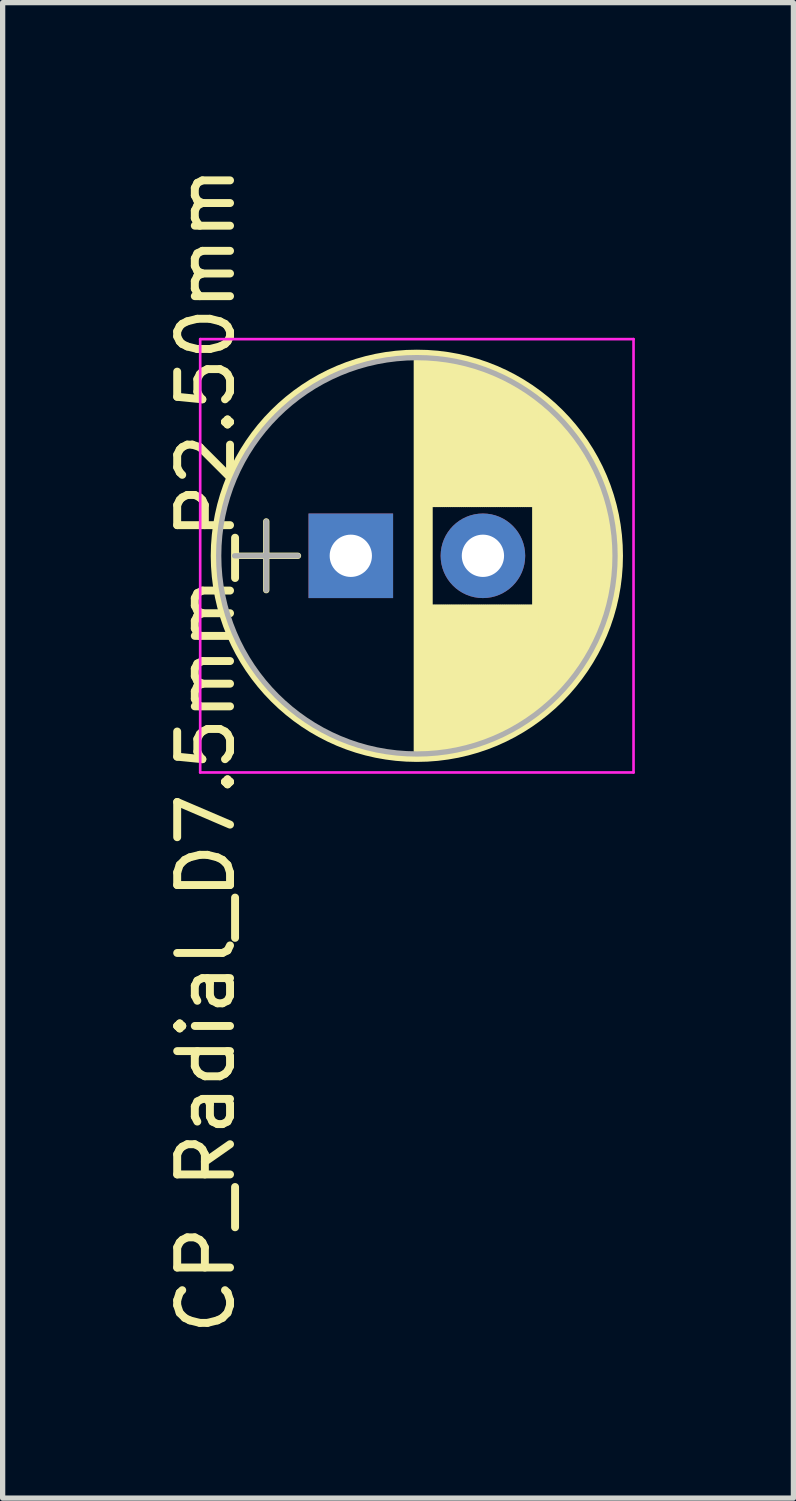
<source format=kicad_pcb>
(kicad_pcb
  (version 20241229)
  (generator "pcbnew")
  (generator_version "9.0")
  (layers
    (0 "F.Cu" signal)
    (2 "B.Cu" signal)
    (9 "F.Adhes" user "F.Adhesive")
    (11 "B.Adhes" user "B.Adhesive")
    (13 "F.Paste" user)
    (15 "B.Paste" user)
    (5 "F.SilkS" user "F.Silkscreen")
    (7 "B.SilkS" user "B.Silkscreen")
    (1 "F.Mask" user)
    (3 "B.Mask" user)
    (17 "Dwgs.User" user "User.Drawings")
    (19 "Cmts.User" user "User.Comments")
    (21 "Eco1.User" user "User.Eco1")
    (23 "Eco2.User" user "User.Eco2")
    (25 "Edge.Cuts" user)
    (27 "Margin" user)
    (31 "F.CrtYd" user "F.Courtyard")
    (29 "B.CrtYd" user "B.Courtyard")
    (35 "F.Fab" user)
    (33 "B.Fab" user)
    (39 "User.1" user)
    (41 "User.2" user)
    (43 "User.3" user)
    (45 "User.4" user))
  (footprint "CP_Radial_D7.5mm_P2.50mm"
    (layer "F.Cu")
    (at 3.588 7.467)
    (property "Reference" "CP_Radial_D7.5mm_P2.50mm" (at -2.74 3.682 90) (layer "F.SilkS") (effects (font (size 1 1) (thickness 0.15))))
    (attr through_hole)
    (fp_line (start -2.2 0) (end -1 0) (stroke (width 0.12) (type solid)) (layer "F.SilkS"))
    (fp_line (start -1.6 -0.65) (end -1.6 0.65) (stroke (width 0.12) (type solid)) (layer "F.SilkS"))
    (fp_line (start 1.25 -3.8) (end 1.25 3.8) (stroke (width 0.12) (type solid)) (layer "F.SilkS"))
    (fp_line (start 1.29 -3.8) (end 1.29 3.8) (stroke (width 0.12) (type solid)) (layer "F.SilkS"))
    (fp_line (start 1.33 -3.8) (end 1.33 3.8) (stroke (width 0.12) (type solid)) (layer "F.SilkS"))
    (fp_line (start 1.37 -3.799) (end 1.37 3.799) (stroke (width 0.12) (type solid)) (layer "F.SilkS"))
    (fp_line (start 1.41 -3.797) (end 1.41 3.797) (stroke (width 0.12) (type solid)) (layer "F.SilkS"))
    (fp_line (start 1.45 -3.795) (end 1.45 3.795) (stroke (width 0.12) (type solid)) (layer "F.SilkS"))
    (fp_line (start 1.49 -3.793) (end 1.49 3.793) (stroke (width 0.12) (type solid)) (layer "F.SilkS"))
    (fp_line (start 1.53 -3.79) (end 1.53 -0.98) (stroke (width 0.12) (type solid)) (layer "F.SilkS"))
    (fp_line (start 1.53 0.98) (end 1.53 3.79) (stroke (width 0.12) (type solid)) (layer "F.SilkS"))
    (fp_line (start 1.57 -3.787) (end 1.57 -0.98) (stroke (width 0.12) (type solid)) (layer "F.SilkS"))
    (fp_line (start 1.57 0.98) (end 1.57 3.787) (stroke (width 0.12) (type solid)) (layer "F.SilkS"))
    (fp_line (start 1.61 -3.784) (end 1.61 -0.98) (stroke (width 0.12) (type solid)) (layer "F.SilkS"))
    (fp_line (start 1.61 0.98) (end 1.61 3.784) (stroke (width 0.12) (type solid)) (layer "F.SilkS"))
    (fp_line (start 1.65 -3.78) (end 1.65 -0.98) (stroke (width 0.12) (type solid)) (layer "F.SilkS"))
    (fp_line (start 1.65 0.98) (end 1.65 3.78) (stroke (width 0.12) (type solid)) (layer "F.SilkS"))
    (fp_line (start 1.69 -3.775) (end 1.69 -0.98) (stroke (width 0.12) (type solid)) (layer "F.SilkS"))
    (fp_line (start 1.69 0.98) (end 1.69 3.775) (stroke (width 0.12) (type solid)) (layer "F.SilkS"))
    (fp_line (start 1.73 -3.77) (end 1.73 -0.98) (stroke (width 0.12) (type solid)) (layer "F.SilkS"))
    (fp_line (start 1.73 0.98) (end 1.73 3.77) (stroke (width 0.12) (type solid)) (layer "F.SilkS"))
    (fp_line (start 1.77 -3.765) (end 1.77 -0.98) (stroke (width 0.12) (type solid)) (layer "F.SilkS"))
    (fp_line (start 1.77 0.98) (end 1.77 3.765) (stroke (width 0.12) (type solid)) (layer "F.SilkS"))
    (fp_line (start 1.81 -3.759) (end 1.81 -0.98) (stroke (width 0.12) (type solid)) (layer "F.SilkS"))
    (fp_line (start 1.81 0.98) (end 1.81 3.759) (stroke (width 0.12) (type solid)) (layer "F.SilkS"))
    (fp_line (start 1.85 -3.753) (end 1.85 -0.98) (stroke (width 0.12) (type solid)) (layer "F.SilkS"))
    (fp_line (start 1.85 0.98) (end 1.85 3.753) (stroke (width 0.12) (type solid)) (layer "F.SilkS"))
    (fp_line (start 1.89 -3.747) (end 1.89 -0.98) (stroke (width 0.12) (type solid)) (layer "F.SilkS"))
    (fp_line (start 1.89 0.98) (end 1.89 3.747) (stroke (width 0.12) (type solid)) (layer "F.SilkS"))
    (fp_line (start 1.93 -3.74) (end 1.93 -0.98) (stroke (width 0.12) (type solid)) (layer "F.SilkS"))
    (fp_line (start 1.93 0.98) (end 1.93 3.74) (stroke (width 0.12) (type solid)) (layer "F.SilkS"))
    (fp_line (start 1.971 -3.732) (end 1.971 -0.98) (stroke (width 0.12) (type solid)) (layer "F.SilkS"))
    (fp_line (start 1.971 0.98) (end 1.971 3.732) (stroke (width 0.12) (type solid)) (layer "F.SilkS"))
    (fp_line (start 2.011 -3.725) (end 2.011 -0.98) (stroke (width 0.12) (type solid)) (layer "F.SilkS"))
    (fp_line (start 2.011 0.98) (end 2.011 3.725) (stroke (width 0.12) (type solid)) (layer "F.SilkS"))
    (fp_line (start 2.051 -3.716) (end 2.051 -0.98) (stroke (width 0.12) (type solid)) (layer "F.SilkS"))
    (fp_line (start 2.051 0.98) (end 2.051 3.716) (stroke (width 0.12) (type solid)) (layer "F.SilkS"))
    (fp_line (start 2.091 -3.707) (end 2.091 -0.98) (stroke (width 0.12) (type solid)) (layer "F.SilkS"))
    (fp_line (start 2.091 0.98) (end 2.091 3.707) (stroke (width 0.12) (type solid)) (layer "F.SilkS"))
    (fp_line (start 2.131 -3.698) (end 2.131 -0.98) (stroke (width 0.12) (type solid)) (layer "F.SilkS"))
    (fp_line (start 2.131 0.98) (end 2.131 3.698) (stroke (width 0.12) (type solid)) (layer "F.SilkS"))
    (fp_line (start 2.171 -3.689) (end 2.171 -0.98) (stroke (width 0.12) (type solid)) (layer "F.SilkS"))
    (fp_line (start 2.171 0.98) (end 2.171 3.689) (stroke (width 0.12) (type solid)) (layer "F.SilkS"))
    (fp_line (start 2.211 -3.679) (end 2.211 -0.98) (stroke (width 0.12) (type solid)) (layer "F.SilkS"))
    (fp_line (start 2.211 0.98) (end 2.211 3.679) (stroke (width 0.12) (type solid)) (layer "F.SilkS"))
    (fp_line (start 2.251 -3.668) (end 2.251 -0.98) (stroke (width 0.12) (type solid)) (layer "F.SilkS"))
    (fp_line (start 2.251 0.98) (end 2.251 3.668) (stroke (width 0.12) (type solid)) (layer "F.SilkS"))
    (fp_line (start 2.291 -3.657) (end 2.291 -0.98) (stroke (width 0.12) (type solid)) (layer "F.SilkS"))
    (fp_line (start 2.291 0.98) (end 2.291 3.657) (stroke (width 0.12) (type solid)) (layer "F.SilkS"))
    (fp_line (start 2.331 -3.645) (end 2.331 -0.98) (stroke (width 0.12) (type solid)) (layer "F.SilkS"))
    (fp_line (start 2.331 0.98) (end 2.331 3.645) (stroke (width 0.12) (type solid)) (layer "F.SilkS"))
    (fp_line (start 2.371 -3.634) (end 2.371 -0.98) (stroke (width 0.12) (type solid)) (layer "F.SilkS"))
    (fp_line (start 2.371 0.98) (end 2.371 3.634) (stroke (width 0.12) (type solid)) (layer "F.SilkS"))
    (fp_line (start 2.411 -3.621) (end 2.411 -0.98) (stroke (width 0.12) (type solid)) (layer "F.SilkS"))
    (fp_line (start 2.411 0.98) (end 2.411 3.621) (stroke (width 0.12) (type solid)) (layer "F.SilkS"))
    (fp_line (start 2.451 -3.608) (end 2.451 -0.98) (stroke (width 0.12) (type solid)) (layer "F.SilkS"))
    (fp_line (start 2.451 0.98) (end 2.451 3.608) (stroke (width 0.12) (type solid)) (layer "F.SilkS"))
    (fp_line (start 2.491 -3.595) (end 2.491 -0.98) (stroke (width 0.12) (type solid)) (layer "F.SilkS"))
    (fp_line (start 2.491 0.98) (end 2.491 3.595) (stroke (width 0.12) (type solid)) (layer "F.SilkS"))
    (fp_line (start 2.531 -3.581) (end 2.531 -0.98) (stroke (width 0.12) (type solid)) (layer "F.SilkS"))
    (fp_line (start 2.531 0.98) (end 2.531 3.581) (stroke (width 0.12) (type solid)) (layer "F.SilkS"))
    (fp_line (start 2.571 -3.566) (end 2.571 -0.98) (stroke (width 0.12) (type solid)) (layer "F.SilkS"))
    (fp_line (start 2.571 0.98) (end 2.571 3.566) (stroke (width 0.12) (type solid)) (layer "F.SilkS"))
    (fp_line (start 2.611 -3.552) (end 2.611 -0.98) (stroke (width 0.12) (type solid)) (layer "F.SilkS"))
    (fp_line (start 2.611 0.98) (end 2.611 3.552) (stroke (width 0.12) (type solid)) (layer "F.SilkS"))
    (fp_line (start 2.651 -3.536) (end 2.651 -0.98) (stroke (width 0.12) (type solid)) (layer "F.SilkS"))
    (fp_line (start 2.651 0.98) (end 2.651 3.536) (stroke (width 0.12) (type solid)) (layer "F.SilkS"))
    (fp_line (start 2.691 -3.52) (end 2.691 -0.98) (stroke (width 0.12) (type solid)) (layer "F.SilkS"))
    (fp_line (start 2.691 0.98) (end 2.691 3.52) (stroke (width 0.12) (type solid)) (layer "F.SilkS"))
    (fp_line (start 2.731 -3.504) (end 2.731 -0.98) (stroke (width 0.12) (type solid)) (layer "F.SilkS"))
    (fp_line (start 2.731 0.98) (end 2.731 3.504) (stroke (width 0.12) (type solid)) (layer "F.SilkS"))
    (fp_line (start 2.771 -3.487) (end 2.771 -0.98) (stroke (width 0.12) (type solid)) (layer "F.SilkS"))
    (fp_line (start 2.771 0.98) (end 2.771 3.487) (stroke (width 0.12) (type solid)) (layer "F.SilkS"))
    (fp_line (start 2.811 -3.469) (end 2.811 -0.98) (stroke (width 0.12) (type solid)) (layer "F.SilkS"))
    (fp_line (start 2.811 0.98) (end 2.811 3.469) (stroke (width 0.12) (type solid)) (layer "F.SilkS"))
    (fp_line (start 2.851 -3.451) (end 2.851 -0.98) (stroke (width 0.12) (type solid)) (layer "F.SilkS"))
    (fp_line (start 2.851 0.98) (end 2.851 3.451) (stroke (width 0.12) (type solid)) (layer "F.SilkS"))
    (fp_line (start 2.891 -3.433) (end 2.891 -0.98) (stroke (width 0.12) (type solid)) (layer "F.SilkS"))
    (fp_line (start 2.891 0.98) (end 2.891 3.433) (stroke (width 0.12) (type solid)) (layer "F.SilkS"))
    (fp_line (start 2.931 -3.413) (end 2.931 -0.98) (stroke (width 0.12) (type solid)) (layer "F.SilkS"))
    (fp_line (start 2.931 0.98) (end 2.931 3.413) (stroke (width 0.12) (type solid)) (layer "F.SilkS"))
    (fp_line (start 2.971 -3.394) (end 2.971 -0.98) (stroke (width 0.12) (type solid)) (layer "F.SilkS"))
    (fp_line (start 2.971 0.98) (end 2.971 3.394) (stroke (width 0.12) (type solid)) (layer "F.SilkS"))
    (fp_line (start 3.011 -3.373) (end 3.011 -0.98) (stroke (width 0.12) (type solid)) (layer "F.SilkS"))
    (fp_line (start 3.011 0.98) (end 3.011 3.373) (stroke (width 0.12) (type solid)) (layer "F.SilkS"))
    (fp_line (start 3.051 -3.352) (end 3.051 -0.98) (stroke (width 0.12) (type solid)) (layer "F.SilkS"))
    (fp_line (start 3.051 0.98) (end 3.051 3.352) (stroke (width 0.12) (type solid)) (layer "F.SilkS"))
    (fp_line (start 3.091 -3.331) (end 3.091 -0.98) (stroke (width 0.12) (type solid)) (layer "F.SilkS"))
    (fp_line (start 3.091 0.98) (end 3.091 3.331) (stroke (width 0.12) (type solid)) (layer "F.SilkS"))
    (fp_line (start 3.131 -3.309) (end 3.131 -0.98) (stroke (width 0.12) (type solid)) (layer "F.SilkS"))
    (fp_line (start 3.131 0.98) (end 3.131 3.309) (stroke (width 0.12) (type solid)) (layer "F.SilkS"))
    (fp_line (start 3.171 -3.286) (end 3.171 -0.98) (stroke (width 0.12) (type solid)) (layer "F.SilkS"))
    (fp_line (start 3.171 0.98) (end 3.171 3.286) (stroke (width 0.12) (type solid)) (layer "F.SilkS"))
    (fp_line (start 3.211 -3.263) (end 3.211 -0.98) (stroke (width 0.12) (type solid)) (layer "F.SilkS"))
    (fp_line (start 3.211 0.98) (end 3.211 3.263) (stroke (width 0.12) (type solid)) (layer "F.SilkS"))
    (fp_line (start 3.251 -3.239) (end 3.251 -0.98) (stroke (width 0.12) (type solid)) (layer "F.SilkS"))
    (fp_line (start 3.251 0.98) (end 3.251 3.239) (stroke (width 0.12) (type solid)) (layer "F.SilkS"))
    (fp_line (start 3.291 -3.214) (end 3.291 -0.98) (stroke (width 0.12) (type solid)) (layer "F.SilkS"))
    (fp_line (start 3.291 0.98) (end 3.291 3.214) (stroke (width 0.12) (type solid)) (layer "F.SilkS"))
    (fp_line (start 3.331 -3.188) (end 3.331 -0.98) (stroke (width 0.12) (type solid)) (layer "F.SilkS"))
    (fp_line (start 3.331 0.98) (end 3.331 3.188) (stroke (width 0.12) (type solid)) (layer "F.SilkS"))
    (fp_line (start 3.371 -3.162) (end 3.371 -0.98) (stroke (width 0.12) (type solid)) (layer "F.SilkS"))
    (fp_line (start 3.371 0.98) (end 3.371 3.162) (stroke (width 0.12) (type solid)) (layer "F.SilkS"))
    (fp_line (start 3.411 -3.135) (end 3.411 -0.98) (stroke (width 0.12) (type solid)) (layer "F.SilkS"))
    (fp_line (start 3.411 0.98) (end 3.411 3.135) (stroke (width 0.12) (type solid)) (layer "F.SilkS"))
    (fp_line (start 3.451 -3.108) (end 3.451 -0.98) (stroke (width 0.12) (type solid)) (layer "F.SilkS"))
    (fp_line (start 3.451 0.98) (end 3.451 3.108) (stroke (width 0.12) (type solid)) (layer "F.SilkS"))
    (fp_line (start 3.491 -3.079) (end 3.491 3.079) (stroke (width 0.12) (type solid)) (layer "F.SilkS"))
    (fp_line (start 3.531 -3.05) (end 3.531 3.05) (stroke (width 0.12) (type solid)) (layer "F.SilkS"))
    (fp_line (start 3.571 -3.02) (end 3.571 3.02) (stroke (width 0.12) (type solid)) (layer "F.SilkS"))
    (fp_line (start 3.611 -2.99) (end 3.611 2.99) (stroke (width 0.12) (type solid)) (layer "F.SilkS"))
    (fp_line (start 3.651 -2.958) (end 3.651 2.958) (stroke (width 0.12) (type solid)) (layer "F.SilkS"))
    (fp_line (start 3.691 -2.926) (end 3.691 2.926) (stroke (width 0.12) (type solid)) (layer "F.SilkS"))
    (fp_line (start 3.731 -2.892) (end 3.731 2.892) (stroke (width 0.12) (type solid)) (layer "F.SilkS"))
    (fp_line (start 3.771 -2.858) (end 3.771 2.858) (stroke (width 0.12) (type solid)) (layer "F.SilkS"))
    (fp_line (start 3.811 -2.823) (end 3.811 2.823) (stroke (width 0.12) (type solid)) (layer "F.SilkS"))
    (fp_line (start 3.851 -2.786) (end 3.851 2.786) (stroke (width 0.12) (type solid)) (layer "F.SilkS"))
    (fp_line (start 3.891 -2.749) (end 3.891 2.749) (stroke (width 0.12) (type solid)) (layer "F.SilkS"))
    (fp_line (start 3.931 -2.711) (end 3.931 2.711) (stroke (width 0.12) (type solid)) (layer "F.SilkS"))
    (fp_line (start 3.971 -2.671) (end 3.971 2.671) (stroke (width 0.12) (type solid)) (layer "F.SilkS"))
    (fp_line (start 4.011 -2.63) (end 4.011 2.63) (stroke (width 0.12) (type solid)) (layer "F.SilkS"))
    (fp_line (start 4.051 -2.588) (end 4.051 2.588) (stroke (width 0.12) (type solid)) (layer "F.SilkS"))
    (fp_line (start 4.091 -2.545) (end 4.091 2.545) (stroke (width 0.12) (type solid)) (layer "F.SilkS"))
    (fp_line (start 4.131 -2.5) (end 4.131 2.5) (stroke (width 0.12) (type solid)) (layer "F.SilkS"))
    (fp_line (start 4.171 -2.454) (end 4.171 2.454) (stroke (width 0.12) (type solid)) (layer "F.SilkS"))
    (fp_line (start 4.211 -2.407) (end 4.211 2.407) (stroke (width 0.12) (type solid)) (layer "F.SilkS"))
    (fp_line (start 4.251 -2.357) (end 4.251 2.357) (stroke (width 0.12) (type solid)) (layer "F.SilkS"))
    (fp_line (start 4.291 -2.307) (end 4.291 2.307) (stroke (width 0.12) (type solid)) (layer "F.SilkS"))
    (fp_line (start 4.331 -2.254) (end 4.331 2.254) (stroke (width 0.12) (type solid)) (layer "F.SilkS"))
    (fp_line (start 4.371 -2.199) (end 4.371 2.199) (stroke (width 0.12) (type solid)) (layer "F.SilkS"))
    (fp_line (start 4.411 -2.142) (end 4.411 2.142) (stroke (width 0.12) (type solid)) (layer "F.SilkS"))
    (fp_line (start 4.451 -2.083) (end 4.451 2.083) (stroke (width 0.12) (type solid)) (layer "F.SilkS"))
    (fp_line (start 4.491 -2.022) (end 4.491 2.022) (stroke (width 0.12) (type solid)) (layer "F.SilkS"))
    (fp_line (start 4.531 -1.957) (end 4.531 1.957) (stroke (width 0.12) (type solid)) (layer "F.SilkS"))
    (fp_line (start 4.571 -1.89) (end 4.571 1.89) (stroke (width 0.12) (type solid)) (layer "F.SilkS"))
    (fp_line (start 4.611 -1.82) (end 4.611 1.82) (stroke (width 0.12) (type solid)) (layer "F.SilkS"))
    (fp_line (start 4.651 -1.745) (end 4.651 1.745) (stroke (width 0.12) (type solid)) (layer "F.SilkS"))
    (fp_line (start 4.691 -1.667) (end 4.691 1.667) (stroke (width 0.12) (type solid)) (layer "F.SilkS"))
    (fp_line (start 4.731 -1.584) (end 4.731 1.584) (stroke (width 0.12) (type solid)) (layer "F.SilkS"))
    (fp_line (start 4.771 -1.495) (end 4.771 1.495) (stroke (width 0.12) (type solid)) (layer "F.SilkS"))
    (fp_line (start 4.811 -1.4) (end 4.811 1.4) (stroke (width 0.12) (type solid)) (layer "F.SilkS"))
    (fp_line (start 4.851 -1.297) (end 4.851 1.297) (stroke (width 0.12) (type solid)) (layer "F.SilkS"))
    (fp_line (start 4.891 -1.184) (end 4.891 1.184) (stroke (width 0.12) (type solid)) (layer "F.SilkS"))
    (fp_line (start 4.931 -1.057) (end 4.931 1.057) (stroke (width 0.12) (type solid)) (layer "F.SilkS"))
    (fp_line (start 4.971 -0.913) (end 4.971 0.913) (stroke (width 0.12) (type solid)) (layer "F.SilkS"))
    (fp_line (start 5.011 -0.74) (end 5.011 0.74) (stroke (width 0.12) (type solid)) (layer "F.SilkS"))
    (fp_line (start 5.051 -0.513) (end 5.051 0.513) (stroke (width 0.12) (type solid)) (layer "F.SilkS"))
    (fp_circle (center 1.25 0) (end 5.09 0) (stroke (width 0.12) (type solid)) (fill no) (layer "F.SilkS"))
    (fp_line (start -2.85 -4.1) (end -2.85 4.1) (stroke (width 0.05) (type solid)) (layer "F.CrtYd"))
    (fp_line (start -2.85 4.1) (end 5.35 4.1) (stroke (width 0.05) (type solid)) (layer "F.CrtYd"))
    (fp_line (start 5.35 -4.1) (end -2.85 -4.1) (stroke (width 0.05) (type solid)) (layer "F.CrtYd"))
    (fp_line (start 5.35 4.1) (end 5.35 -4.1) (stroke (width 0.05) (type solid)) (layer "F.CrtYd"))
    (fp_line (start -2.2 0) (end -1 0) (stroke (width 0.1) (type solid)) (layer "F.Fab"))
    (fp_line (start -1.6 -0.65) (end -1.6 0.65) (stroke (width 0.1) (type solid)) (layer "F.Fab"))
    (fp_circle (center 1.25 0) (end 5 0) (stroke (width 0.1) (type solid)) (fill no) (layer "F.Fab"))
    (pad "1" thru_hole rect (at 0 0) (size 1.6 1.6) (drill 0.8) (layers "*.Cu" "*.Mask"))
    (pad "2" thru_hole circle (at 2.5 0) (size 1.6 1.6) (drill 0.8) (layers "*.Cu" "*.Mask")))
  (gr_rect
    (start -3 -3)
    (end 11.963 25.298)
    (stroke (width 0.1) (type default))
    (fill no)
    (layer "Edge.Cuts")))
</source>
